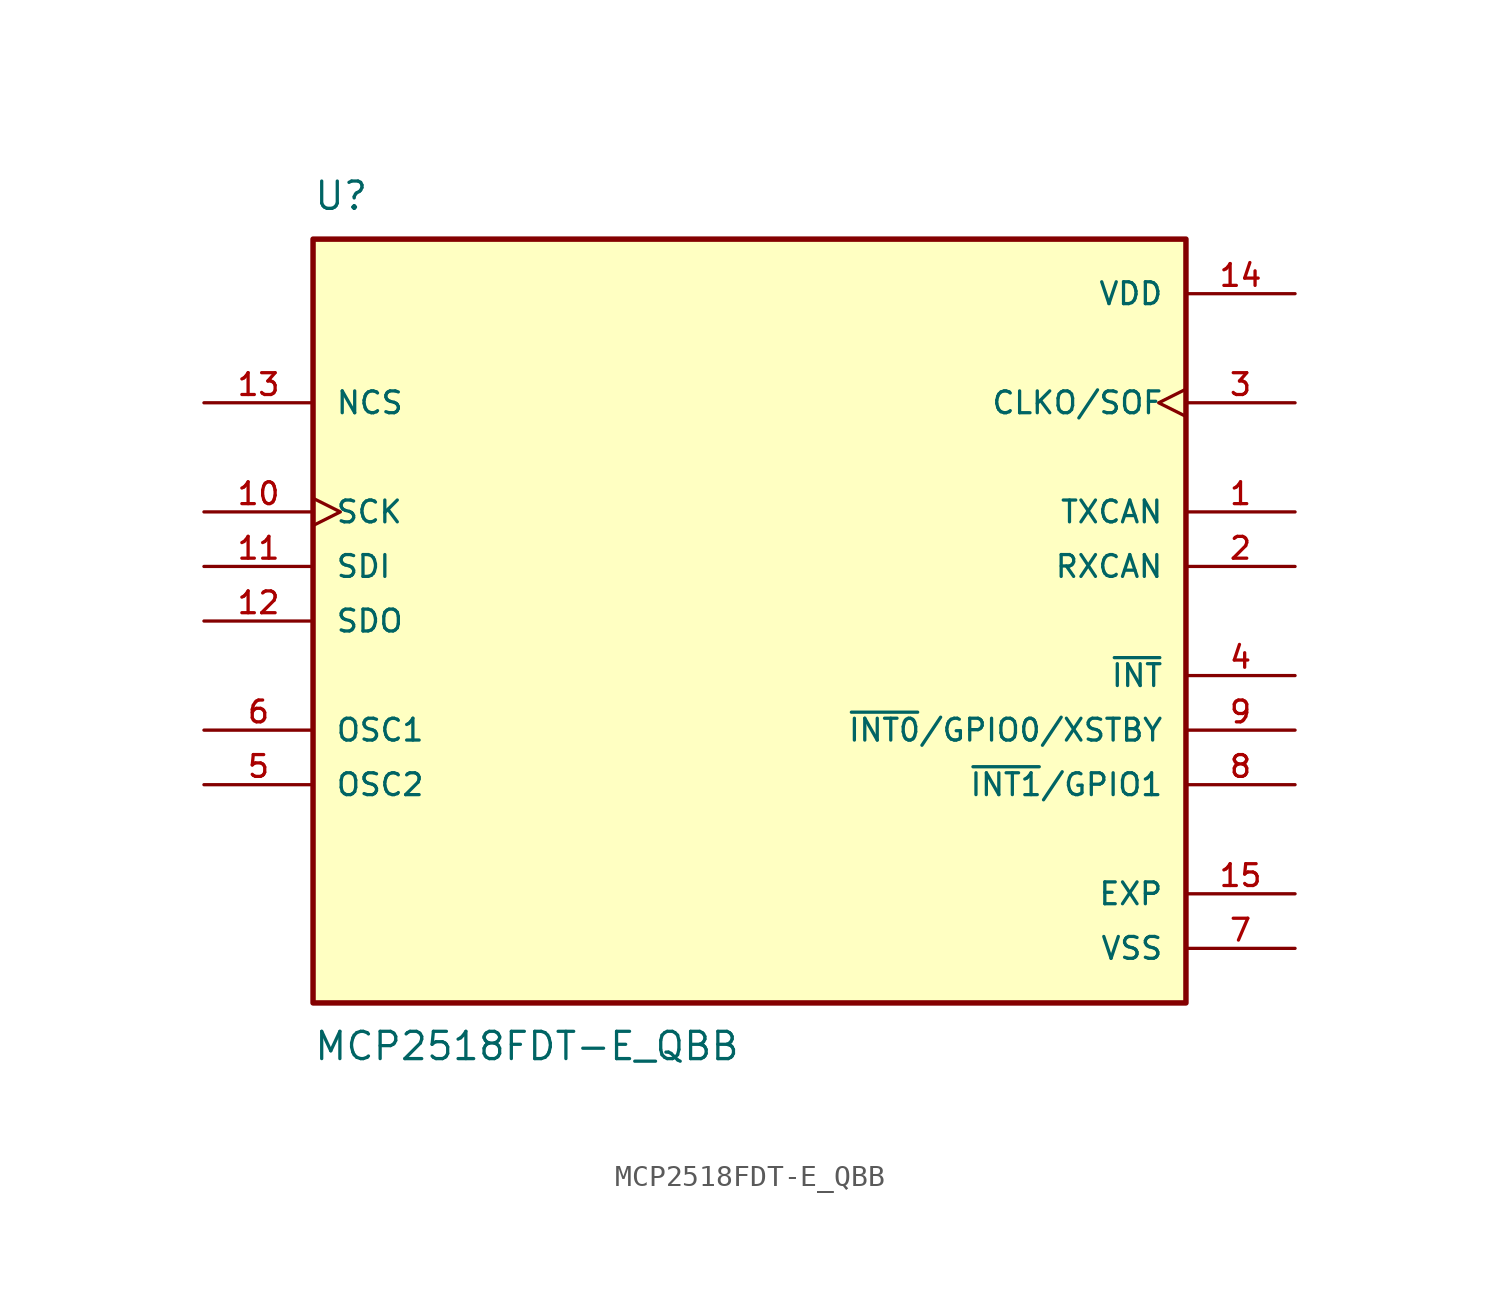
<source format=kicad_sym>
(kicad_symbol_lib
  (version 20211014)
  (generator kicad_symbol_editor)
  (symbol "MCP2518FDT-E_QBB"
    (pin_names
      (offset 1.016))
    (property "Reference" "U"
      (at -20.32 19.05 0)
      (effects (font (size 1.27 1.27)) (justify bottom left)))
    (property "Value" "MCP2518FDT-E_QBB"
      (at -20.32 -19.05 0.0)
      (effects (font (size 1.27 1.27)) (justify top left)))
    (symbol "MCP2518FDT-E_QBB_0_0"
      (rectangle (start -20.32 -17.78) (end 20.32 17.78) (stroke (width 0.254)) (fill (type background)))
      (pin input line (at -25.4 -5.08 0) (length 5.08) (name "OSC1" (effects (font (size 1.016 1.016)))) (number "6" (effects (font (size 1.016 1.016)))))
      (pin output line (at -25.4 -7.62 0) (length 5.08) (name "OSC2" (effects (font (size 1.016 1.016)))) (number "5" (effects (font (size 1.016 1.016)))))
      (pin output clock (at 25.4 10.16 180.0) (length 5.08) (name "CLKO/SOF" (effects (font (size 1.016 1.016)))) (number "3" (effects (font (size 1.016 1.016)))))
      (pin power_in line (at 25.4 15.24 180.0) (length 5.08) (name "VDD" (effects (font (size 1.016 1.016)))) (number "14" (effects (font (size 1.016 1.016)))))
      (pin output line (at 25.4 -2.54 180.0) (length 5.08) (name "~{INT}" (effects (font (size 1.016 1.016)))) (number "4" (effects (font (size 1.016 1.016)))))
      (pin input line (at 25.4 2.54 180.0) (length 5.08) (name "RXCAN" (effects (font (size 1.016 1.016)))) (number "2" (effects (font (size 1.016 1.016)))))
      (pin output line (at 25.4 5.08 180.0) (length 5.08) (name "TXCAN" (effects (font (size 1.016 1.016)))) (number "1" (effects (font (size 1.016 1.016)))))
      (pin power_in line (at 25.4 -15.24 180.0) (length 5.08) (name "VSS" (effects (font (size 1.016 1.016)))) (number "7" (effects (font (size 1.016 1.016)))))
      (pin output line (at -25.4 0.0 0) (length 5.08) (name "SDO" (effects (font (size 1.016 1.016)))) (number "12" (effects (font (size 1.016 1.016)))))
      (pin input line (at -25.4 2.54 0) (length 5.08) (name "SDI" (effects (font (size 1.016 1.016)))) (number "11" (effects (font (size 1.016 1.016)))))
      (pin input clock (at -25.4 5.08 0) (length 5.08) (name "SCK" (effects (font (size 1.016 1.016)))) (number "10" (effects (font (size 1.016 1.016)))))
      (pin bidirectional line (at 25.4 -5.08 180.0) (length 5.08) (name "~{INT0}/GPIO0/XSTBY" (effects (font (size 1.016 1.016)))) (number "9" (effects (font (size 1.016 1.016)))))
      (pin bidirectional line (at 25.4 -7.62 180.0) (length 5.08) (name "~{INT1}/GPIO1" (effects (font (size 1.016 1.016)))) (number "8" (effects (font (size 1.016 1.016)))))
      (pin input line (at -25.4 10.16 0) (length 5.08) (name "NCS" (effects (font (size 1.016 1.016)))) (number "13" (effects (font (size 1.016 1.016)))))
      (pin passive line (at 25.4 -12.7 180.0) (length 5.08) (name "EXP" (effects (font (size 1.016 1.016)))) (number "15" (effects (font (size 1.016 1.016))))))))
</source>
